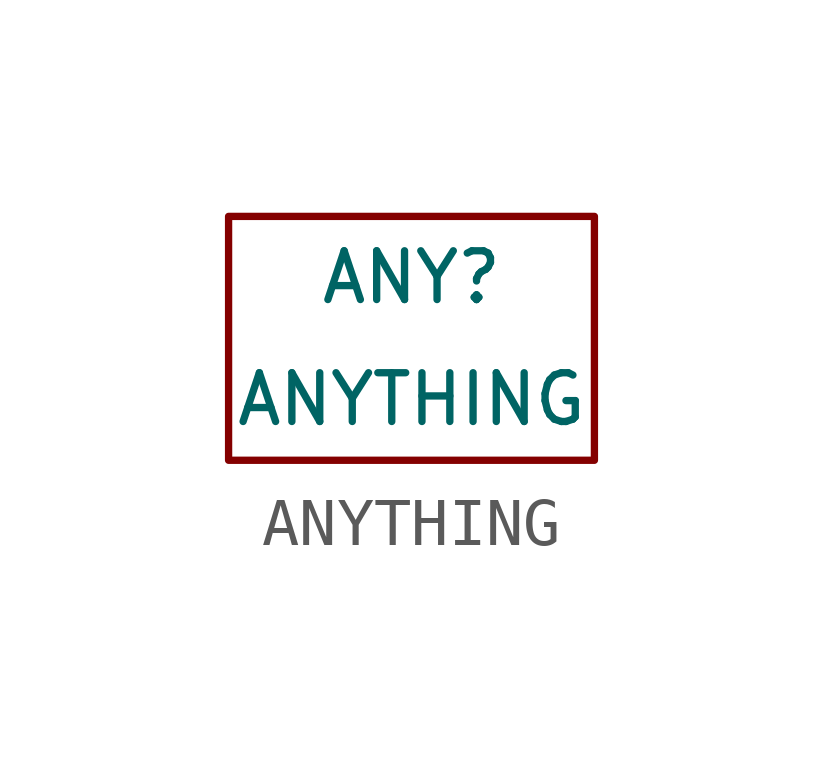
<source format=kicad_sym>
(kicad_symbol_lib
  (version 20220914)
  (generator kicad_symbol_editor)
  (symbol "ANYTHING"
    (pin_numbers hide)
    (pin_names
      (offset 1.016) hide)
    (property "Reference" "ANY"
      (at 0 1.27 0)
      (effects (font (size 1.016 1.016))))
    (property "Value" "ANYTHING"
      (at 0 -1.27 0)
      (effects (font (size 1.016 1.016))))
    (symbol "ANYTHING_0_1"
      (rectangle (start -3.81 2.54) (end 3.81 -2.54) (stroke (width 0) (type solid)) (fill (type none))))
    (symbol "ANYTHING_1_1"
      (pin power_in line (at 0 0 90) (length 0) hide (name "GND" (effects (font (size 1.27 1.27)))) (number "0" (effects (font (size 1.27 1.27))))))))
</source>
